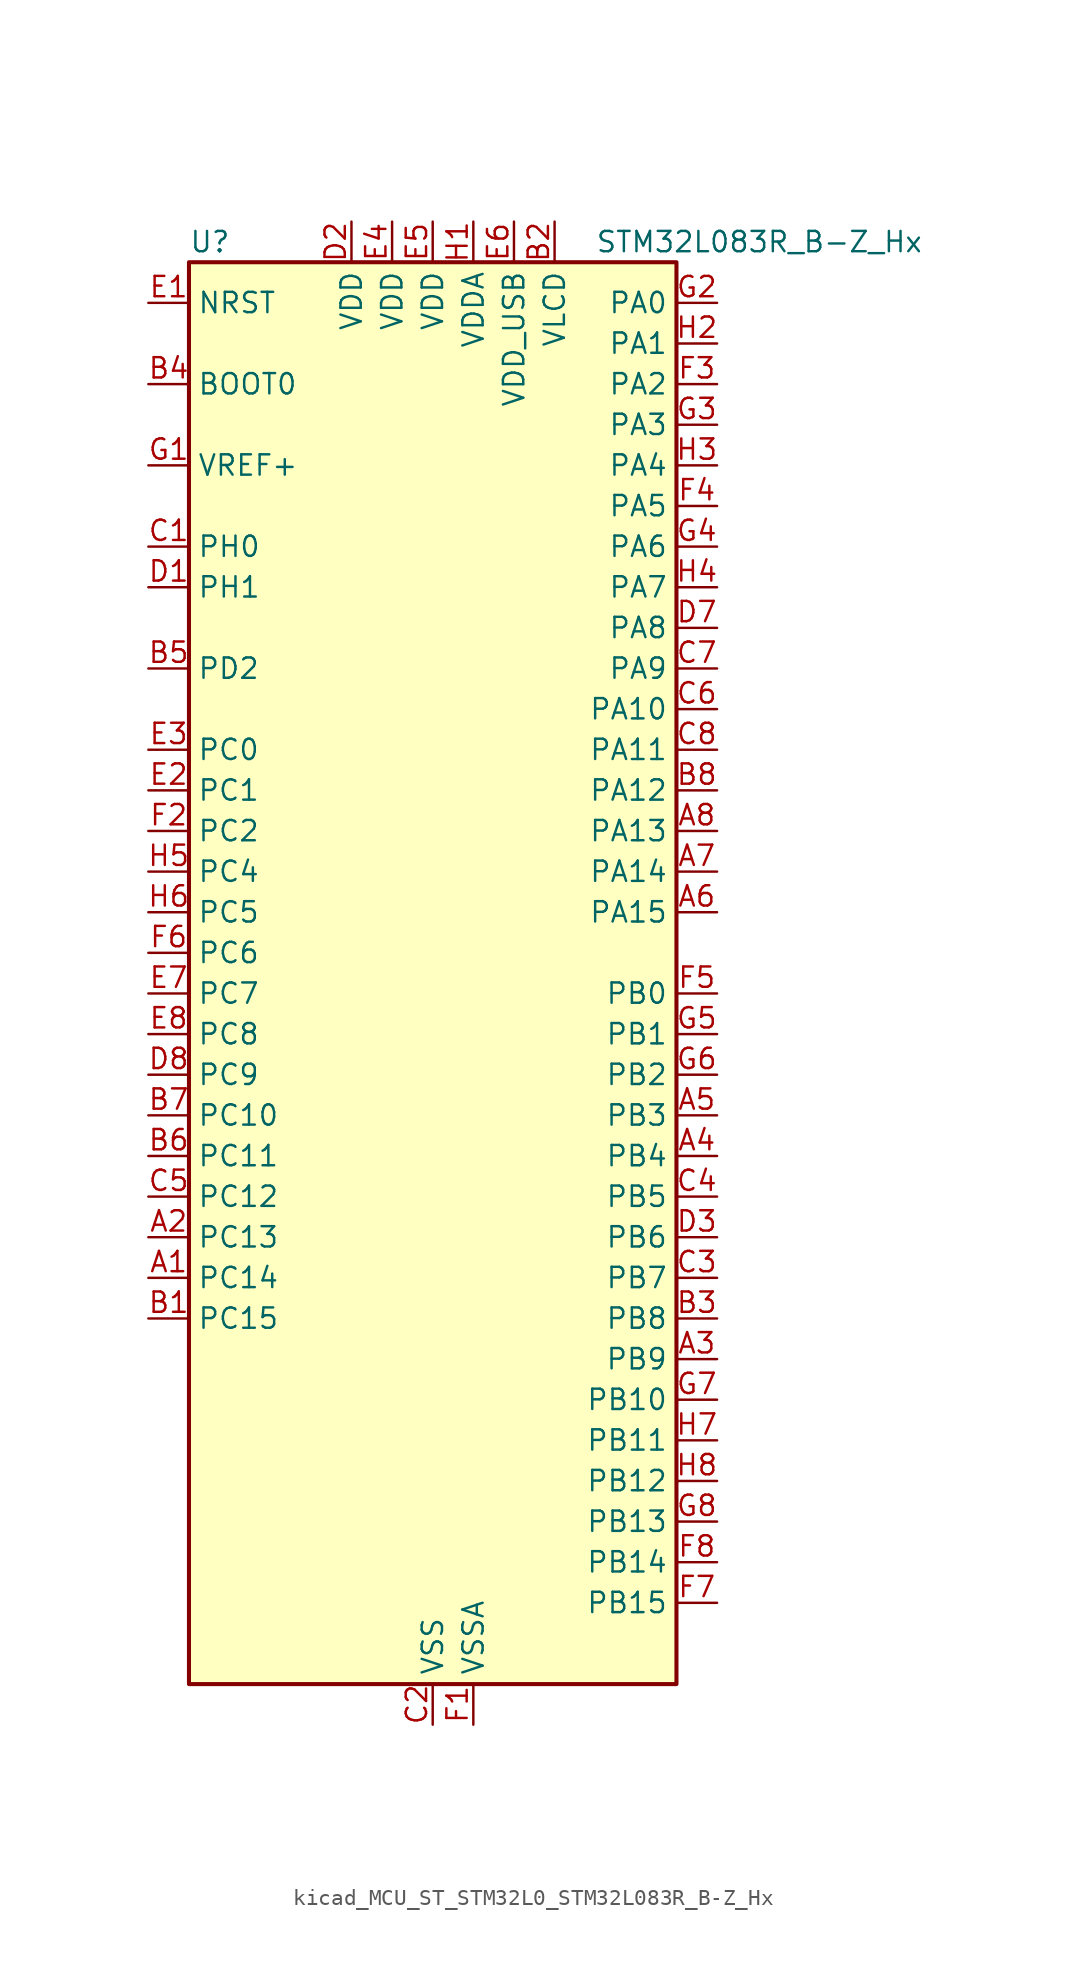
<source format=kicad_sym>
(kicad_symbol_lib
  (version 20220914)
  (generator kicad_symbol_editor)
  (symbol "kicad_MCU_ST_STM32L0_STM32L083R_B-Z_Hx"
    (property "Reference" "U"
      (at -15.24 46.99 0)
      (effects (font (size 1.27 1.27)) (justify left)))
    (property "Value" "STM32L083R_B-Z_Hx"
      (at 10.16 46.99 0)
      (effects (font (size 1.27 1.27)) (justify left)))
    (property "ki_locked" ""
      (at 0 0 0)
      (effects (font (size 1.27 1.27))))
    (symbol "kicad_MCU_ST_STM32L0_STM32L083R_B-Z_Hx_0_1"
      (rectangle (start -15.24 -43.18) (end 15.24 45.72) (stroke (width 0.254) (type default)) (fill (type background))))
    (symbol "kicad_MCU_ST_STM32L0_STM32L083R_B-Z_Hx_1_1"
      (pin bidirectional line (at -17.78 -17.78 0) (length 2.54) (name "PC14" (effects (font (size 1.27 1.27)))) (number "A1" (effects (font (size 1.27 1.27)))) (alternate "RCC_OSC32_IN" bidirectional line))
      (pin bidirectional line (at -17.78 -15.24 0) (length 2.54) (name "PC13" (effects (font (size 1.27 1.27)))) (number "A2" (effects (font (size 1.27 1.27)))) (alternate "RTC_OUT_ALARM" bidirectional line) (alternate "RTC_OUT_CALIB" bidirectional line) (alternate "RTC_TAMP1" bidirectional line) (alternate "RTC_TS" bidirectional line) (alternate "SYS_WKUP2" bidirectional line))
      (pin bidirectional line (at 17.78 -22.86 180) (length 2.54) (name "PB9" (effects (font (size 1.27 1.27)))) (number "A3" (effects (font (size 1.27 1.27)))) (alternate "DAC_EXTI9" bidirectional line) (alternate "I2C1_SDA" bidirectional line) (alternate "I2S2_WS" bidirectional line) (alternate "LCD_COM3" bidirectional line) (alternate "SPI2_NSS" bidirectional line))
      (pin bidirectional line (at 17.78 -10.16 180) (length 2.54) (name "PB4" (effects (font (size 1.27 1.27)))) (number "A4" (effects (font (size 1.27 1.27)))) (alternate "COMP2_INP" bidirectional line) (alternate "I2C3_SDA" bidirectional line) (alternate "LCD_SEG8" bidirectional line) (alternate "SPI1_MISO" bidirectional line) (alternate "TIM22_CH1" bidirectional line) (alternate "TIM3_CH1" bidirectional line) (alternate "TSC_G5_IO2" bidirectional line) (alternate "USART1_CTS" bidirectional line) (alternate "USART5_RX" bidirectional line))
      (pin bidirectional line (at 17.78 -7.62 180) (length 2.54) (name "PB3" (effects (font (size 1.27 1.27)))) (number "A5" (effects (font (size 1.27 1.27)))) (alternate "COMP2_INM" bidirectional line) (alternate "LCD_SEG7" bidirectional line) (alternate "SPI1_SCK" bidirectional line) (alternate "TIM2_CH2" bidirectional line) (alternate "TSC_G5_IO1" bidirectional line) (alternate "USART1_DE" bidirectional line) (alternate "USART1_RTS" bidirectional line) (alternate "USART5_TX" bidirectional line))
      (pin bidirectional line (at 17.78 5.08 180) (length 2.54) (name "PA15" (effects (font (size 1.27 1.27)))) (number "A6" (effects (font (size 1.27 1.27)))) (alternate "LCD_SEG17" bidirectional line) (alternate "SPI1_NSS" bidirectional line) (alternate "TIM2_CH1" bidirectional line) (alternate "TIM2_ETR" bidirectional line) (alternate "USART2_RX" bidirectional line) (alternate "USART4_DE" bidirectional line) (alternate "USART4_RTS" bidirectional line))
      (pin bidirectional line (at 17.78 7.62 180) (length 2.54) (name "PA14" (effects (font (size 1.27 1.27)))) (number "A7" (effects (font (size 1.27 1.27)))) (alternate "LPUART1_TX" bidirectional line) (alternate "SYS_SWCLK" bidirectional line) (alternate "USART2_TX" bidirectional line))
      (pin bidirectional line (at 17.78 10.16 180) (length 2.54) (name "PA13" (effects (font (size 1.27 1.27)))) (number "A8" (effects (font (size 1.27 1.27)))) (alternate "LPUART1_RX" bidirectional line) (alternate "SYS_SWDIO" bidirectional line) (alternate "USB_NOE" bidirectional line))
      (pin bidirectional line (at -17.78 -20.32 0) (length 2.54) (name "PC15" (effects (font (size 1.27 1.27)))) (number "B1" (effects (font (size 1.27 1.27)))) (alternate "RCC_OSC32_OUT" bidirectional line))
      (pin power_in line (at 7.62 48.26 270) (length 2.54) (name "VLCD" (effects (font (size 1.27 1.27)))) (number "B2" (effects (font (size 1.27 1.27)))))
      (pin bidirectional line (at 17.78 -20.32 180) (length 2.54) (name "PB8" (effects (font (size 1.27 1.27)))) (number "B3" (effects (font (size 1.27 1.27)))) (alternate "I2C1_SCL" bidirectional line) (alternate "LCD_SEG16" bidirectional line) (alternate "TSC_SYNC" bidirectional line))
      (pin input line (at -17.78 38.1 0) (length 2.54) (name "BOOT0" (effects (font (size 1.27 1.27)))) (number "B4" (effects (font (size 1.27 1.27)))))
      (pin bidirectional line (at -17.78 20.32 0) (length 2.54) (name "PD2" (effects (font (size 1.27 1.27)))) (number "B5" (effects (font (size 1.27 1.27)))) (alternate "LCD_COM7" bidirectional line) (alternate "LCD_SEG31" bidirectional line) (alternate "LPUART1_DE" bidirectional line) (alternate "LPUART1_RTS" bidirectional line) (alternate "TIM3_ETR" bidirectional line) (alternate "USART5_RX" bidirectional line))
      (pin bidirectional line (at -17.78 -10.16 0) (length 2.54) (name "PC11" (effects (font (size 1.27 1.27)))) (number "B6" (effects (font (size 1.27 1.27)))) (alternate "ADC_EXTI11" bidirectional line) (alternate "LCD_COM5" bidirectional line) (alternate "LCD_SEG29" bidirectional line) (alternate "LPUART1_RX" bidirectional line) (alternate "USART4_RX" bidirectional line))
      (pin bidirectional line (at -17.78 -7.62 0) (length 2.54) (name "PC10" (effects (font (size 1.27 1.27)))) (number "B7" (effects (font (size 1.27 1.27)))) (alternate "LCD_COM4" bidirectional line) (alternate "LCD_SEG28" bidirectional line) (alternate "LPUART1_TX" bidirectional line) (alternate "USART4_TX" bidirectional line))
      (pin bidirectional line (at 17.78 12.7 180) (length 2.54) (name "PA12" (effects (font (size 1.27 1.27)))) (number "B8" (effects (font (size 1.27 1.27)))) (alternate "COMP2_OUT" bidirectional line) (alternate "SPI1_MOSI" bidirectional line) (alternate "TSC_G4_IO4" bidirectional line) (alternate "USART1_DE" bidirectional line) (alternate "USART1_RTS" bidirectional line) (alternate "USB_DP" bidirectional line))
      (pin bidirectional line (at -17.78 27.94 0) (length 2.54) (name "PH0" (effects (font (size 1.27 1.27)))) (number "C1" (effects (font (size 1.27 1.27)))) (alternate "CRS_SYNC" bidirectional line) (alternate "RCC_OSC_IN" bidirectional line))
      (pin power_in line (at 0 -45.72 90) (length 2.54) (name "VSS" (effects (font (size 1.27 1.27)))) (number "C2" (effects (font (size 1.27 1.27)))))
      (pin bidirectional line (at 17.78 -17.78 180) (length 2.54) (name "PB7" (effects (font (size 1.27 1.27)))) (number "C3" (effects (font (size 1.27 1.27)))) (alternate "COMP2_INP" bidirectional line) (alternate "I2C1_SDA" bidirectional line) (alternate "LPTIM1_IN2" bidirectional line) (alternate "SYS_PVD_IN" bidirectional line) (alternate "TSC_G5_IO4" bidirectional line) (alternate "USART1_RX" bidirectional line) (alternate "USART4_CTS" bidirectional line))
      (pin bidirectional line (at 17.78 -12.7 180) (length 2.54) (name "PB5" (effects (font (size 1.27 1.27)))) (number "C4" (effects (font (size 1.27 1.27)))) (alternate "COMP2_INP" bidirectional line) (alternate "I2C1_SMBA" bidirectional line) (alternate "LCD_SEG9" bidirectional line) (alternate "LPTIM1_IN1" bidirectional line) (alternate "SPI1_MOSI" bidirectional line) (alternate "TIM22_CH2" bidirectional line) (alternate "TIM3_CH2" bidirectional line) (alternate "USART1_CK" bidirectional line) (alternate "USART5_CK" bidirectional line) (alternate "USART5_DE" bidirectional line) (alternate "USART5_RTS" bidirectional line))
      (pin bidirectional line (at -17.78 -12.7 0) (length 2.54) (name "PC12" (effects (font (size 1.27 1.27)))) (number "C5" (effects (font (size 1.27 1.27)))) (alternate "LCD_COM6" bidirectional line) (alternate "LCD_SEG30" bidirectional line) (alternate "USART4_CK" bidirectional line) (alternate "USART5_TX" bidirectional line))
      (pin bidirectional line (at 17.78 17.78 180) (length 2.54) (name "PA10" (effects (font (size 1.27 1.27)))) (number "C6" (effects (font (size 1.27 1.27)))) (alternate "I2C1_SDA" bidirectional line) (alternate "LCD_COM2" bidirectional line) (alternate "TSC_G4_IO2" bidirectional line) (alternate "USART1_RX" bidirectional line))
      (pin bidirectional line (at 17.78 20.32 180) (length 2.54) (name "PA9" (effects (font (size 1.27 1.27)))) (number "C7" (effects (font (size 1.27 1.27)))) (alternate "DAC_EXTI9" bidirectional line) (alternate "I2C1_SCL" bidirectional line) (alternate "I2C3_SMBA" bidirectional line) (alternate "LCD_COM1" bidirectional line) (alternate "RCC_MCO" bidirectional line) (alternate "TSC_G4_IO1" bidirectional line) (alternate "USART1_TX" bidirectional line))
      (pin bidirectional line (at 17.78 15.24 180) (length 2.54) (name "PA11" (effects (font (size 1.27 1.27)))) (number "C8" (effects (font (size 1.27 1.27)))) (alternate "ADC_EXTI11" bidirectional line) (alternate "COMP1_OUT" bidirectional line) (alternate "SPI1_MISO" bidirectional line) (alternate "TSC_G4_IO3" bidirectional line) (alternate "USART1_CTS" bidirectional line) (alternate "USB_DM" bidirectional line))
      (pin bidirectional line (at -17.78 25.4 0) (length 2.54) (name "PH1" (effects (font (size 1.27 1.27)))) (number "D1" (effects (font (size 1.27 1.27)))) (alternate "RCC_OSC_OUT" bidirectional line))
      (pin power_in line (at -5.08 48.26 270) (length 2.54) (name "VDD" (effects (font (size 1.27 1.27)))) (number "D2" (effects (font (size 1.27 1.27)))))
      (pin bidirectional line (at 17.78 -15.24 180) (length 2.54) (name "PB6" (effects (font (size 1.27 1.27)))) (number "D3" (effects (font (size 1.27 1.27)))) (alternate "COMP2_INP" bidirectional line) (alternate "I2C1_SCL" bidirectional line) (alternate "LPTIM1_ETR" bidirectional line) (alternate "TSC_G5_IO3" bidirectional line) (alternate "USART1_TX" bidirectional line))
      (pin passive line (at 0 -45.72 90) (length 2.54) hide (name "VSS" (effects (font (size 1.27 1.27)))) (number "D4" (effects (font (size 1.27 1.27)))))
      (pin passive line (at 0 -45.72 90) (length 2.54) hide (name "VSS" (effects (font (size 1.27 1.27)))) (number "D5" (effects (font (size 1.27 1.27)))))
      (pin passive line (at 0 -45.72 90) (length 2.54) hide (name "VSS" (effects (font (size 1.27 1.27)))) (number "D6" (effects (font (size 1.27 1.27)))))
      (pin bidirectional line (at 17.78 22.86 180) (length 2.54) (name "PA8" (effects (font (size 1.27 1.27)))) (number "D7" (effects (font (size 1.27 1.27)))) (alternate "CRS_SYNC" bidirectional line) (alternate "I2C3_SCL" bidirectional line) (alternate "LCD_COM0" bidirectional line) (alternate "RCC_MCO" bidirectional line) (alternate "USART1_CK" bidirectional line))
      (pin bidirectional line (at -17.78 -5.08 0) (length 2.54) (name "PC9" (effects (font (size 1.27 1.27)))) (number "D8" (effects (font (size 1.27 1.27)))) (alternate "DAC_EXTI9" bidirectional line) (alternate "I2C3_SDA" bidirectional line) (alternate "LCD_SEG27" bidirectional line) (alternate "TIM21_ETR" bidirectional line) (alternate "TIM3_CH4" bidirectional line) (alternate "TSC_G8_IO4" bidirectional line) (alternate "USB_NOE" bidirectional line))
      (pin input line (at -17.78 43.18 0) (length 2.54) (name "NRST" (effects (font (size 1.27 1.27)))) (number "E1" (effects (font (size 1.27 1.27)))))
      (pin bidirectional line (at -17.78 12.7 0) (length 2.54) (name "PC1" (effects (font (size 1.27 1.27)))) (number "E2" (effects (font (size 1.27 1.27)))) (alternate "ADC_IN11" bidirectional line) (alternate "I2C3_SDA" bidirectional line) (alternate "LCD_SEG19" bidirectional line) (alternate "LPTIM1_OUT" bidirectional line) (alternate "LPUART1_TX" bidirectional line) (alternate "TSC_G7_IO2" bidirectional line))
      (pin bidirectional line (at -17.78 15.24 0) (length 2.54) (name "PC0" (effects (font (size 1.27 1.27)))) (number "E3" (effects (font (size 1.27 1.27)))) (alternate "ADC_IN10" bidirectional line) (alternate "I2C3_SCL" bidirectional line) (alternate "LCD_SEG18" bidirectional line) (alternate "LPTIM1_IN1" bidirectional line) (alternate "LPUART1_RX" bidirectional line) (alternate "TSC_G7_IO1" bidirectional line))
      (pin power_in line (at -2.54 48.26 270) (length 2.54) (name "VDD" (effects (font (size 1.27 1.27)))) (number "E4" (effects (font (size 1.27 1.27)))))
      (pin power_in line (at 0 48.26 270) (length 2.54) (name "VDD" (effects (font (size 1.27 1.27)))) (number "E5" (effects (font (size 1.27 1.27)))))
      (pin power_in line (at 5.08 48.26 270) (length 2.54) (name "VDD_USB" (effects (font (size 1.27 1.27)))) (number "E6" (effects (font (size 1.27 1.27)))))
      (pin bidirectional line (at -17.78 0 0) (length 2.54) (name "PC7" (effects (font (size 1.27 1.27)))) (number "E7" (effects (font (size 1.27 1.27)))) (alternate "LCD_SEG25" bidirectional line) (alternate "TIM22_CH2" bidirectional line) (alternate "TIM3_CH2" bidirectional line) (alternate "TSC_G8_IO2" bidirectional line))
      (pin bidirectional line (at -17.78 -2.54 0) (length 2.54) (name "PC8" (effects (font (size 1.27 1.27)))) (number "E8" (effects (font (size 1.27 1.27)))) (alternate "LCD_SEG26" bidirectional line) (alternate "TIM22_ETR" bidirectional line) (alternate "TIM3_CH3" bidirectional line) (alternate "TSC_G8_IO3" bidirectional line))
      (pin power_in line (at 2.54 -45.72 90) (length 2.54) (name "VSSA" (effects (font (size 1.27 1.27)))) (number "F1" (effects (font (size 1.27 1.27)))))
      (pin bidirectional line (at -17.78 10.16 0) (length 2.54) (name "PC2" (effects (font (size 1.27 1.27)))) (number "F2" (effects (font (size 1.27 1.27)))) (alternate "ADC_IN12" bidirectional line) (alternate "I2S2_MCK" bidirectional line) (alternate "LCD_SEG20" bidirectional line) (alternate "LPTIM1_IN2" bidirectional line) (alternate "SPI2_MISO" bidirectional line) (alternate "TSC_G7_IO3" bidirectional line))
      (pin bidirectional line (at 17.78 38.1 180) (length 2.54) (name "PA2" (effects (font (size 1.27 1.27)))) (number "F3" (effects (font (size 1.27 1.27)))) (alternate "ADC_IN2" bidirectional line) (alternate "COMP2_INM" bidirectional line) (alternate "COMP2_OUT" bidirectional line) (alternate "LCD_SEG1" bidirectional line) (alternate "LPUART1_TX" bidirectional line) (alternate "TIM21_CH1" bidirectional line) (alternate "TIM2_CH3" bidirectional line) (alternate "TSC_G1_IO3" bidirectional line) (alternate "USART2_TX" bidirectional line))
      (pin bidirectional line (at 17.78 30.48 180) (length 2.54) (name "PA5" (effects (font (size 1.27 1.27)))) (number "F4" (effects (font (size 1.27 1.27)))) (alternate "ADC_IN5" bidirectional line) (alternate "COMP1_INM" bidirectional line) (alternate "COMP2_INM" bidirectional line) (alternate "DAC_OUT2" bidirectional line) (alternate "SPI1_SCK" bidirectional line) (alternate "TIM2_CH1" bidirectional line) (alternate "TIM2_ETR" bidirectional line) (alternate "TSC_G2_IO2" bidirectional line))
      (pin bidirectional line (at 17.78 0 180) (length 2.54) (name "PB0" (effects (font (size 1.27 1.27)))) (number "F5" (effects (font (size 1.27 1.27)))) (alternate "ADC_IN8" bidirectional line) (alternate "LCD_SEG5" bidirectional line) (alternate "LCD_VLCD3" bidirectional line) (alternate "SYS_VREF_OUT_PB0" bidirectional line) (alternate "TIM3_CH3" bidirectional line) (alternate "TSC_G3_IO2" bidirectional line))
      (pin bidirectional line (at -17.78 2.54 0) (length 2.54) (name "PC6" (effects (font (size 1.27 1.27)))) (number "F6" (effects (font (size 1.27 1.27)))) (alternate "LCD_SEG24" bidirectional line) (alternate "TIM22_CH1" bidirectional line) (alternate "TIM3_CH1" bidirectional line) (alternate "TSC_G8_IO1" bidirectional line))
      (pin bidirectional line (at 17.78 -38.1 180) (length 2.54) (name "PB15" (effects (font (size 1.27 1.27)))) (number "F7" (effects (font (size 1.27 1.27)))) (alternate "I2S2_SD" bidirectional line) (alternate "LCD_SEG15" bidirectional line) (alternate "RTC_REFIN" bidirectional line) (alternate "SPI2_MOSI" bidirectional line))
      (pin bidirectional line (at 17.78 -35.56 180) (length 2.54) (name "PB14" (effects (font (size 1.27 1.27)))) (number "F8" (effects (font (size 1.27 1.27)))) (alternate "I2C2_SDA" bidirectional line) (alternate "I2S2_MCK" bidirectional line) (alternate "LCD_SEG14" bidirectional line) (alternate "LPUART1_DE" bidirectional line) (alternate "LPUART1_RTS" bidirectional line) (alternate "RTC_OUT_ALARM" bidirectional line) (alternate "RTC_OUT_CALIB" bidirectional line) (alternate "SPI2_MISO" bidirectional line) (alternate "TIM21_CH2" bidirectional line) (alternate "TSC_G6_IO4" bidirectional line))
      (pin input line (at -17.78 33.02 0) (length 2.54) (name "VREF+" (effects (font (size 1.27 1.27)))) (number "G1" (effects (font (size 1.27 1.27)))))
      (pin bidirectional line (at 17.78 43.18 180) (length 2.54) (name "PA0" (effects (font (size 1.27 1.27)))) (number "G2" (effects (font (size 1.27 1.27)))) (alternate "ADC_IN0" bidirectional line) (alternate "COMP1_INM" bidirectional line) (alternate "COMP1_OUT" bidirectional line) (alternate "RTC_TAMP2" bidirectional line) (alternate "SYS_WKUP1" bidirectional line) (alternate "TIM2_CH1" bidirectional line) (alternate "TIM2_ETR" bidirectional line) (alternate "TSC_G1_IO1" bidirectional line) (alternate "USART2_CTS" bidirectional line) (alternate "USART4_TX" bidirectional line))
      (pin bidirectional line (at 17.78 35.56 180) (length 2.54) (name "PA3" (effects (font (size 1.27 1.27)))) (number "G3" (effects (font (size 1.27 1.27)))) (alternate "ADC_IN3" bidirectional line) (alternate "COMP2_INP" bidirectional line) (alternate "LCD_SEG2" bidirectional line) (alternate "LPUART1_RX" bidirectional line) (alternate "TIM21_CH2" bidirectional line) (alternate "TIM2_CH4" bidirectional line) (alternate "TSC_G1_IO4" bidirectional line) (alternate "USART2_RX" bidirectional line))
      (pin bidirectional line (at 17.78 27.94 180) (length 2.54) (name "PA6" (effects (font (size 1.27 1.27)))) (number "G4" (effects (font (size 1.27 1.27)))) (alternate "ADC_IN6" bidirectional line) (alternate "COMP1_OUT" bidirectional line) (alternate "LCD_SEG3" bidirectional line) (alternate "LPUART1_CTS" bidirectional line) (alternate "SPI1_MISO" bidirectional line) (alternate "TIM22_CH1" bidirectional line) (alternate "TIM3_CH1" bidirectional line) (alternate "TSC_G2_IO3" bidirectional line))
      (pin bidirectional line (at 17.78 -2.54 180) (length 2.54) (name "PB1" (effects (font (size 1.27 1.27)))) (number "G5" (effects (font (size 1.27 1.27)))) (alternate "ADC_IN9" bidirectional line) (alternate "LCD_SEG6" bidirectional line) (alternate "LPUART1_DE" bidirectional line) (alternate "LPUART1_RTS" bidirectional line) (alternate "SYS_VREF_OUT_PB1" bidirectional line) (alternate "TIM3_CH4" bidirectional line) (alternate "TSC_G3_IO3" bidirectional line))
      (pin bidirectional line (at 17.78 -5.08 180) (length 2.54) (name "PB2" (effects (font (size 1.27 1.27)))) (number "G6" (effects (font (size 1.27 1.27)))) (alternate "I2C3_SMBA" bidirectional line) (alternate "LCD_VLCD2" bidirectional line) (alternate "LPTIM1_OUT" bidirectional line) (alternate "TSC_G3_IO4" bidirectional line))
      (pin bidirectional line (at 17.78 -25.4 180) (length 2.54) (name "PB10" (effects (font (size 1.27 1.27)))) (number "G7" (effects (font (size 1.27 1.27)))) (alternate "I2C2_SCL" bidirectional line) (alternate "LCD_SEG10" bidirectional line) (alternate "LPUART1_RX" bidirectional line) (alternate "LPUART1_TX" bidirectional line) (alternate "SPI2_SCK" bidirectional line) (alternate "TIM2_CH3" bidirectional line) (alternate "TSC_SYNC" bidirectional line))
      (pin bidirectional line (at 17.78 -33.02 180) (length 2.54) (name "PB13" (effects (font (size 1.27 1.27)))) (number "G8" (effects (font (size 1.27 1.27)))) (alternate "I2C2_SCL" bidirectional line) (alternate "I2S2_CK" bidirectional line) (alternate "LCD_SEG13" bidirectional line) (alternate "LPUART1_CTS" bidirectional line) (alternate "RCC_MCO" bidirectional line) (alternate "SPI2_SCK" bidirectional line) (alternate "TIM21_CH1" bidirectional line) (alternate "TSC_G6_IO3" bidirectional line))
      (pin power_in line (at 2.54 48.26 270) (length 2.54) (name "VDDA" (effects (font (size 1.27 1.27)))) (number "H1" (effects (font (size 1.27 1.27)))))
      (pin bidirectional line (at 17.78 40.64 180) (length 2.54) (name "PA1" (effects (font (size 1.27 1.27)))) (number "H2" (effects (font (size 1.27 1.27)))) (alternate "ADC_IN1" bidirectional line) (alternate "COMP1_INP" bidirectional line) (alternate "LCD_SEG0" bidirectional line) (alternate "TIM21_ETR" bidirectional line) (alternate "TIM2_CH2" bidirectional line) (alternate "TSC_G1_IO2" bidirectional line) (alternate "USART2_DE" bidirectional line) (alternate "USART2_RTS" bidirectional line) (alternate "USART4_RX" bidirectional line))
      (pin bidirectional line (at 17.78 33.02 180) (length 2.54) (name "PA4" (effects (font (size 1.27 1.27)))) (number "H3" (effects (font (size 1.27 1.27)))) (alternate "ADC_IN4" bidirectional line) (alternate "COMP1_INM" bidirectional line) (alternate "COMP2_INM" bidirectional line) (alternate "DAC_OUT1" bidirectional line) (alternate "SPI1_NSS" bidirectional line) (alternate "TIM22_ETR" bidirectional line) (alternate "TSC_G2_IO1" bidirectional line) (alternate "USART2_CK" bidirectional line))
      (pin bidirectional line (at 17.78 25.4 180) (length 2.54) (name "PA7" (effects (font (size 1.27 1.27)))) (number "H4" (effects (font (size 1.27 1.27)))) (alternate "ADC_IN7" bidirectional line) (alternate "COMP2_OUT" bidirectional line) (alternate "LCD_SEG4" bidirectional line) (alternate "SPI1_MOSI" bidirectional line) (alternate "TIM22_CH2" bidirectional line) (alternate "TIM3_CH2" bidirectional line) (alternate "TSC_G2_IO4" bidirectional line))
      (pin bidirectional line (at -17.78 7.62 0) (length 2.54) (name "PC4" (effects (font (size 1.27 1.27)))) (number "H5" (effects (font (size 1.27 1.27)))) (alternate "ADC_IN14" bidirectional line) (alternate "LCD_SEG22" bidirectional line) (alternate "LPUART1_TX" bidirectional line))
      (pin bidirectional line (at -17.78 5.08 0) (length 2.54) (name "PC5" (effects (font (size 1.27 1.27)))) (number "H6" (effects (font (size 1.27 1.27)))) (alternate "ADC_IN15" bidirectional line) (alternate "LCD_SEG23" bidirectional line) (alternate "LPUART1_RX" bidirectional line) (alternate "TSC_G3_IO1" bidirectional line))
      (pin bidirectional line (at 17.78 -27.94 180) (length 2.54) (name "PB11" (effects (font (size 1.27 1.27)))) (number "H7" (effects (font (size 1.27 1.27)))) (alternate "ADC_EXTI11" bidirectional line) (alternate "I2C2_SDA" bidirectional line) (alternate "LCD_SEG11" bidirectional line) (alternate "LPUART1_RX" bidirectional line) (alternate "LPUART1_TX" bidirectional line) (alternate "TIM2_CH4" bidirectional line) (alternate "TSC_G6_IO1" bidirectional line))
      (pin bidirectional line (at 17.78 -30.48 180) (length 2.54) (name "PB12" (effects (font (size 1.27 1.27)))) (number "H8" (effects (font (size 1.27 1.27)))) (alternate "I2S2_WS" bidirectional line) (alternate "LCD_SEG12" bidirectional line) (alternate "LCD_VLCD2" bidirectional line) (alternate "LPUART1_DE" bidirectional line) (alternate "LPUART1_RTS" bidirectional line) (alternate "SPI2_NSS" bidirectional line) (alternate "TSC_G6_IO2" bidirectional line)))))
</source>
